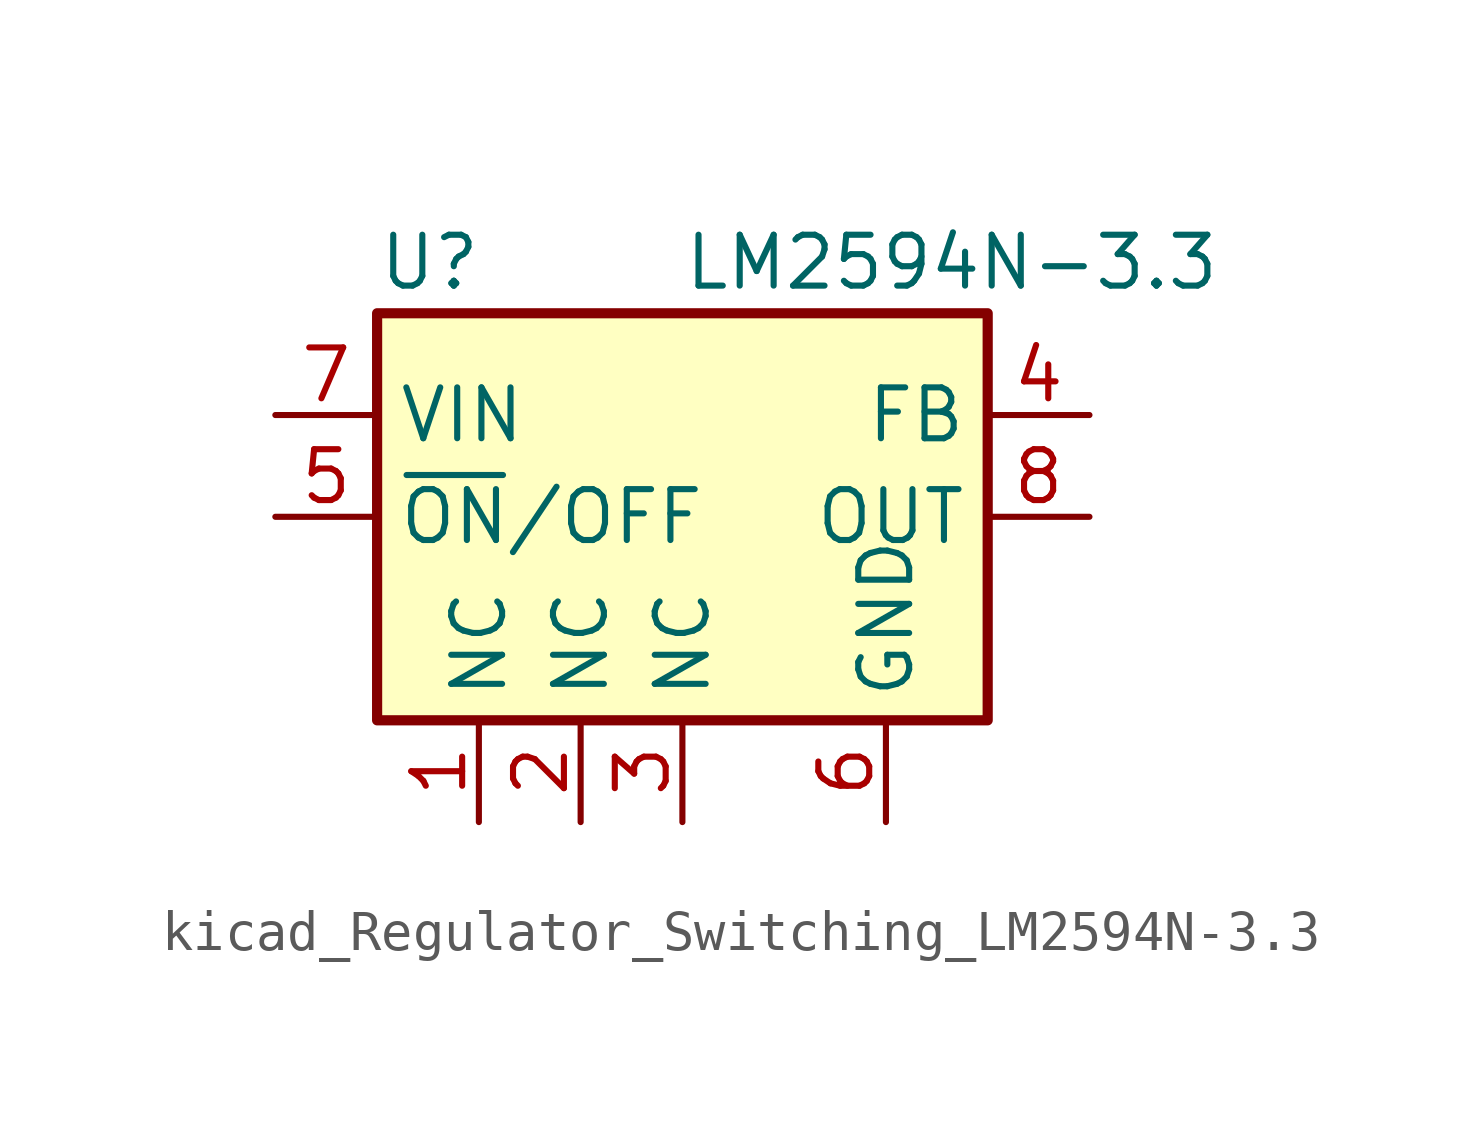
<source format=kicad_sym>
(kicad_symbol_lib
  (version 20220914)
  (generator kicad_symbol_editor)
  (symbol "kicad_Regulator_Switching_LM2594N-3.3"
    (property "Reference" "U"
      (at -7.62 6.35 0)
      (effects (font (size 1.27 1.27)) (justify left)))
    (property "Value" "LM2594N-3.3"
      (at 0 6.35 0)
      (effects (font (size 1.27 1.27)) (justify left)))
    (symbol "kicad_Regulator_Switching_LM2594N-3.3_0_1"
      (rectangle (start -7.62 5.08) (end 7.62 -5.08) (stroke (width 0.254) (type default)) (fill (type background))))
    (symbol "kicad_Regulator_Switching_LM2594N-3.3_1_1"
      (pin passive line (at -5.08 -7.62 90) (length 2.54) (name "NC" (effects (font (size 1.27 1.27)))) (number "1" (effects (font (size 1.27 1.27)))))
      (pin passive line (at -2.54 -7.62 90) (length 2.54) (name "NC" (effects (font (size 1.27 1.27)))) (number "2" (effects (font (size 1.27 1.27)))))
      (pin passive line (at 0 -7.62 90) (length 2.54) (name "NC" (effects (font (size 1.27 1.27)))) (number "3" (effects (font (size 1.27 1.27)))))
      (pin input line (at 10.16 2.54 180) (length 2.54) (name "FB" (effects (font (size 1.27 1.27)))) (number "4" (effects (font (size 1.27 1.27)))))
      (pin input line (at -10.16 0 0) (length 2.54) (name "~{ON}/OFF" (effects (font (size 1.27 1.27)))) (number "5" (effects (font (size 1.27 1.27)))))
      (pin power_in line (at 5.08 -7.62 90) (length 2.54) (name "GND" (effects (font (size 1.27 1.27)))) (number "6" (effects (font (size 1.27 1.27)))))
      (pin power_in line (at -10.16 2.54 0) (length 2.54) (name "VIN" (effects (font (size 1.27 1.27)))) (number "7" (effects (font (size 1.27 1.27)))))
      (pin output line (at 10.16 0 180) (length 2.54) (name "OUT" (effects (font (size 1.27 1.27)))) (number "8" (effects (font (size 1.27 1.27))))))))
</source>
